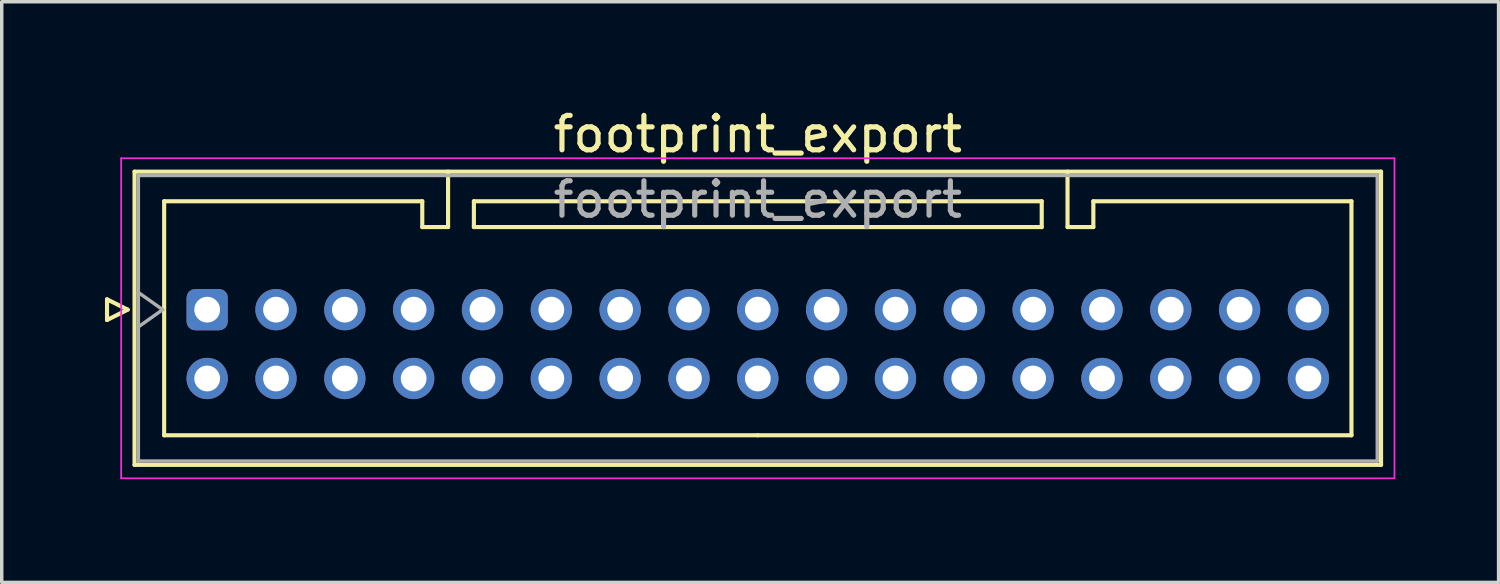
<source format=kicad_pcb>
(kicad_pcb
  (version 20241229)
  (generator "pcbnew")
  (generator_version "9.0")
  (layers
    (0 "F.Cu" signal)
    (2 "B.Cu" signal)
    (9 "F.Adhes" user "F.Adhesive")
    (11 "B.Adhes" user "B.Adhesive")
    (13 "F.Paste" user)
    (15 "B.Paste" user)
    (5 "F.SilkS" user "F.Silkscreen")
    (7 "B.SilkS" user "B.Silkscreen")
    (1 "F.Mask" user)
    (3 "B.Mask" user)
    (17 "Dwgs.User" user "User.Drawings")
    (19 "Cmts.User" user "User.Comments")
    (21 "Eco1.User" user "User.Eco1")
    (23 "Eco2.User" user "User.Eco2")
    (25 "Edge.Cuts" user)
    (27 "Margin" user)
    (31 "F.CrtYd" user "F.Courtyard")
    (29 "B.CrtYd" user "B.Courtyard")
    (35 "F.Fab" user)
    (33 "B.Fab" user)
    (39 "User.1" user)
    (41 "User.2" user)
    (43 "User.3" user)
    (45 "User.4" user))
  (footprint "footprint_export"
    (layer "F.Cu")
    (at 2.97 5.948)
    (property "Reference" "footprint_export" (at 16 -5.1 0) (layer "F.SilkS") (effects (font (size 1 1) (thickness 0.15))))
    (attr through_hole)
    (fp_line (start -2.91 -0.3) (end -2.31 0) (stroke (width 0.12) (type solid)) (layer "F.SilkS"))
    (fp_line (start -2.91 0.3) (end -2.91 -0.3) (stroke (width 0.12) (type solid)) (layer "F.SilkS"))
    (fp_line (start -2.31 0) (end -2.91 0.3) (stroke (width 0.12) (type solid)) (layer "F.SilkS"))
    (fp_line (start -2.11 -4.01) (end -2.11 4.51) (stroke (width 0.12) (type solid)) (layer "F.SilkS"))
    (fp_line (start -2.11 4.51) (end 34.11 4.51) (stroke (width 0.12) (type solid)) (layer "F.SilkS"))
    (fp_line (start -1.25 -3.15) (end -1.25 3.65) (stroke (width 0.12) (type solid)) (layer "F.SilkS"))
    (fp_line (start -1.25 3.65) (end 16 3.65) (stroke (width 0.12) (type solid)) (layer "F.SilkS"))
    (fp_line (start 6.25 -3.15) (end -1.25 -3.15) (stroke (width 0.12) (type solid)) (layer "F.SilkS"))
    (fp_line (start 6.25 -2.4) (end 6.25 -3.15) (stroke (width 0.12) (type solid)) (layer "F.SilkS"))
    (fp_line (start 7 -4.01) (end 7 -2.4) (stroke (width 0.12) (type solid)) (layer "F.SilkS"))
    (fp_line (start 7 -2.4) (end 6.25 -2.4) (stroke (width 0.12) (type solid)) (layer "F.SilkS"))
    (fp_line (start 7.75 -3.15) (end 7.75 -2.4) (stroke (width 0.12) (type solid)) (layer "F.SilkS"))
    (fp_line (start 7.75 -2.4) (end 24.25 -2.4) (stroke (width 0.12) (type solid)) (layer "F.SilkS"))
    (fp_line (start 24.25 -3.15) (end 7.75 -3.15) (stroke (width 0.12) (type solid)) (layer "F.SilkS"))
    (fp_line (start 24.25 -2.4) (end 24.25 -3.15) (stroke (width 0.12) (type solid)) (layer "F.SilkS"))
    (fp_line (start 25 -4.01) (end 25 -2.4) (stroke (width 0.12) (type solid)) (layer "F.SilkS"))
    (fp_line (start 25 -2.4) (end 25.75 -2.4) (stroke (width 0.12) (type solid)) (layer "F.SilkS"))
    (fp_line (start 25.75 -3.15) (end 33.25 -3.15) (stroke (width 0.12) (type solid)) (layer "F.SilkS"))
    (fp_line (start 25.75 -2.4) (end 25.75 -3.15) (stroke (width 0.12) (type solid)) (layer "F.SilkS"))
    (fp_line (start 33.25 -3.15) (end 33.25 3.65) (stroke (width 0.12) (type solid)) (layer "F.SilkS"))
    (fp_line (start 33.25 3.65) (end 16 3.65) (stroke (width 0.12) (type solid)) (layer "F.SilkS"))
    (fp_line (start 34.11 -4.01) (end -2.11 -4.01) (stroke (width 0.12) (type solid)) (layer "F.SilkS"))
    (fp_line (start 34.11 4.51) (end 34.11 -4.01) (stroke (width 0.12) (type solid)) (layer "F.SilkS"))
    (fp_line (start -2.5 -4.4) (end -2.5 4.9) (stroke (width 0.05) (type solid)) (layer "F.CrtYd"))
    (fp_line (start -2.5 4.9) (end 34.5 4.9) (stroke (width 0.05) (type solid)) (layer "F.CrtYd"))
    (fp_line (start 34.5 -4.4) (end -2.5 -4.4) (stroke (width 0.05) (type solid)) (layer "F.CrtYd"))
    (fp_line (start 34.5 4.9) (end 34.5 -4.4) (stroke (width 0.05) (type solid)) (layer "F.CrtYd"))
    (fp_line (start -2 -3.9) (end -2 4.4) (stroke (width 0.1) (type solid)) (layer "F.Fab"))
    (fp_line (start -2 0.5) (end -1.293 0) (stroke (width 0.1) (type solid)) (layer "F.Fab"))
    (fp_line (start -2 4.4) (end 34 4.4) (stroke (width 0.1) (type solid)) (layer "F.Fab"))
    (fp_line (start -1.293 0) (end -2 -0.5) (stroke (width 0.1) (type solid)) (layer "F.Fab"))
    (fp_line (start 34 -3.9) (end -2 -3.9) (stroke (width 0.1) (type solid)) (layer "F.Fab"))
    (fp_line (start 34 4.4) (end 34 -3.9) (stroke (width 0.1) (type solid)) (layer "F.Fab"))
    (fp_text user "${REFERENCE}" (at 16 -3.2 0) (layer "F.Fab") (effects (font (size 1 1) (thickness 0.15))))
    (pad "1" thru_hole roundrect (at 0 0) (size 1.2 1.2) (drill 0.75) (layers "*.Cu" "*.Mask") (roundrect_rratio 0.208))
    (pad "2" thru_hole circle (at 0 2) (size 1.2 1.2) (drill 0.75) (layers "*.Cu" "*.Mask"))
    (pad "3" thru_hole circle (at 2 0) (size 1.2 1.2) (drill 0.75) (layers "*.Cu" "*.Mask"))
    (pad "4" thru_hole circle (at 2 2) (size 1.2 1.2) (drill 0.75) (layers "*.Cu" "*.Mask"))
    (pad "5" thru_hole circle (at 4 0) (size 1.2 1.2) (drill 0.75) (layers "*.Cu" "*.Mask"))
    (pad "6" thru_hole circle (at 4 2) (size 1.2 1.2) (drill 0.75) (layers "*.Cu" "*.Mask"))
    (pad "7" thru_hole circle (at 6 0) (size 1.2 1.2) (drill 0.75) (layers "*.Cu" "*.Mask"))
    (pad "8" thru_hole circle (at 6 2) (size 1.2 1.2) (drill 0.75) (layers "*.Cu" "*.Mask"))
    (pad "9" thru_hole circle (at 8 0) (size 1.2 1.2) (drill 0.75) (layers "*.Cu" "*.Mask"))
    (pad "10" thru_hole circle (at 8 2) (size 1.2 1.2) (drill 0.75) (layers "*.Cu" "*.Mask"))
    (pad "11" thru_hole circle (at 10 0) (size 1.2 1.2) (drill 0.75) (layers "*.Cu" "*.Mask"))
    (pad "12" thru_hole circle (at 10 2) (size 1.2 1.2) (drill 0.75) (layers "*.Cu" "*.Mask"))
    (pad "13" thru_hole circle (at 12 0) (size 1.2 1.2) (drill 0.75) (layers "*.Cu" "*.Mask"))
    (pad "14" thru_hole circle (at 12 2) (size 1.2 1.2) (drill 0.75) (layers "*.Cu" "*.Mask"))
    (pad "15" thru_hole circle (at 14 0) (size 1.2 1.2) (drill 0.75) (layers "*.Cu" "*.Mask"))
    (pad "16" thru_hole circle (at 14 2) (size 1.2 1.2) (drill 0.75) (layers "*.Cu" "*.Mask"))
    (pad "17" thru_hole circle (at 16 0) (size 1.2 1.2) (drill 0.75) (layers "*.Cu" "*.Mask"))
    (pad "18" thru_hole circle (at 16 2) (size 1.2 1.2) (drill 0.75) (layers "*.Cu" "*.Mask"))
    (pad "19" thru_hole circle (at 18 0) (size 1.2 1.2) (drill 0.75) (layers "*.Cu" "*.Mask"))
    (pad "20" thru_hole circle (at 18 2) (size 1.2 1.2) (drill 0.75) (layers "*.Cu" "*.Mask"))
    (pad "21" thru_hole circle (at 20 0) (size 1.2 1.2) (drill 0.75) (layers "*.Cu" "*.Mask"))
    (pad "22" thru_hole circle (at 20 2) (size 1.2 1.2) (drill 0.75) (layers "*.Cu" "*.Mask"))
    (pad "23" thru_hole circle (at 22 0) (size 1.2 1.2) (drill 0.75) (layers "*.Cu" "*.Mask"))
    (pad "24" thru_hole circle (at 22 2) (size 1.2 1.2) (drill 0.75) (layers "*.Cu" "*.Mask"))
    (pad "25" thru_hole circle (at 24 0) (size 1.2 1.2) (drill 0.75) (layers "*.Cu" "*.Mask"))
    (pad "26" thru_hole circle (at 24 2) (size 1.2 1.2) (drill 0.75) (layers "*.Cu" "*.Mask"))
    (pad "27" thru_hole circle (at 26 0) (size 1.2 1.2) (drill 0.75) (layers "*.Cu" "*.Mask"))
    (pad "28" thru_hole circle (at 26 2) (size 1.2 1.2) (drill 0.75) (layers "*.Cu" "*.Mask"))
    (pad "29" thru_hole circle (at 28 0) (size 1.2 1.2) (drill 0.75) (layers "*.Cu" "*.Mask"))
    (pad "30" thru_hole circle (at 28 2) (size 1.2 1.2) (drill 0.75) (layers "*.Cu" "*.Mask"))
    (pad "31" thru_hole circle (at 30 0) (size 1.2 1.2) (drill 0.75) (layers "*.Cu" "*.Mask"))
    (pad "32" thru_hole circle (at 30 2) (size 1.2 1.2) (drill 0.75) (layers "*.Cu" "*.Mask"))
    (pad "33" thru_hole circle (at 32 0) (size 1.2 1.2) (drill 0.75) (layers "*.Cu" "*.Mask"))
    (pad "34" thru_hole circle (at 32 2) (size 1.2 1.2) (drill 0.75) (layers "*.Cu" "*.Mask")))
  (gr_rect
    (start -3 -3)
    (end 40.495 13.873)
    (stroke (width 0.1) (type default))
    (fill no)
    (layer "Edge.Cuts")))
</source>
